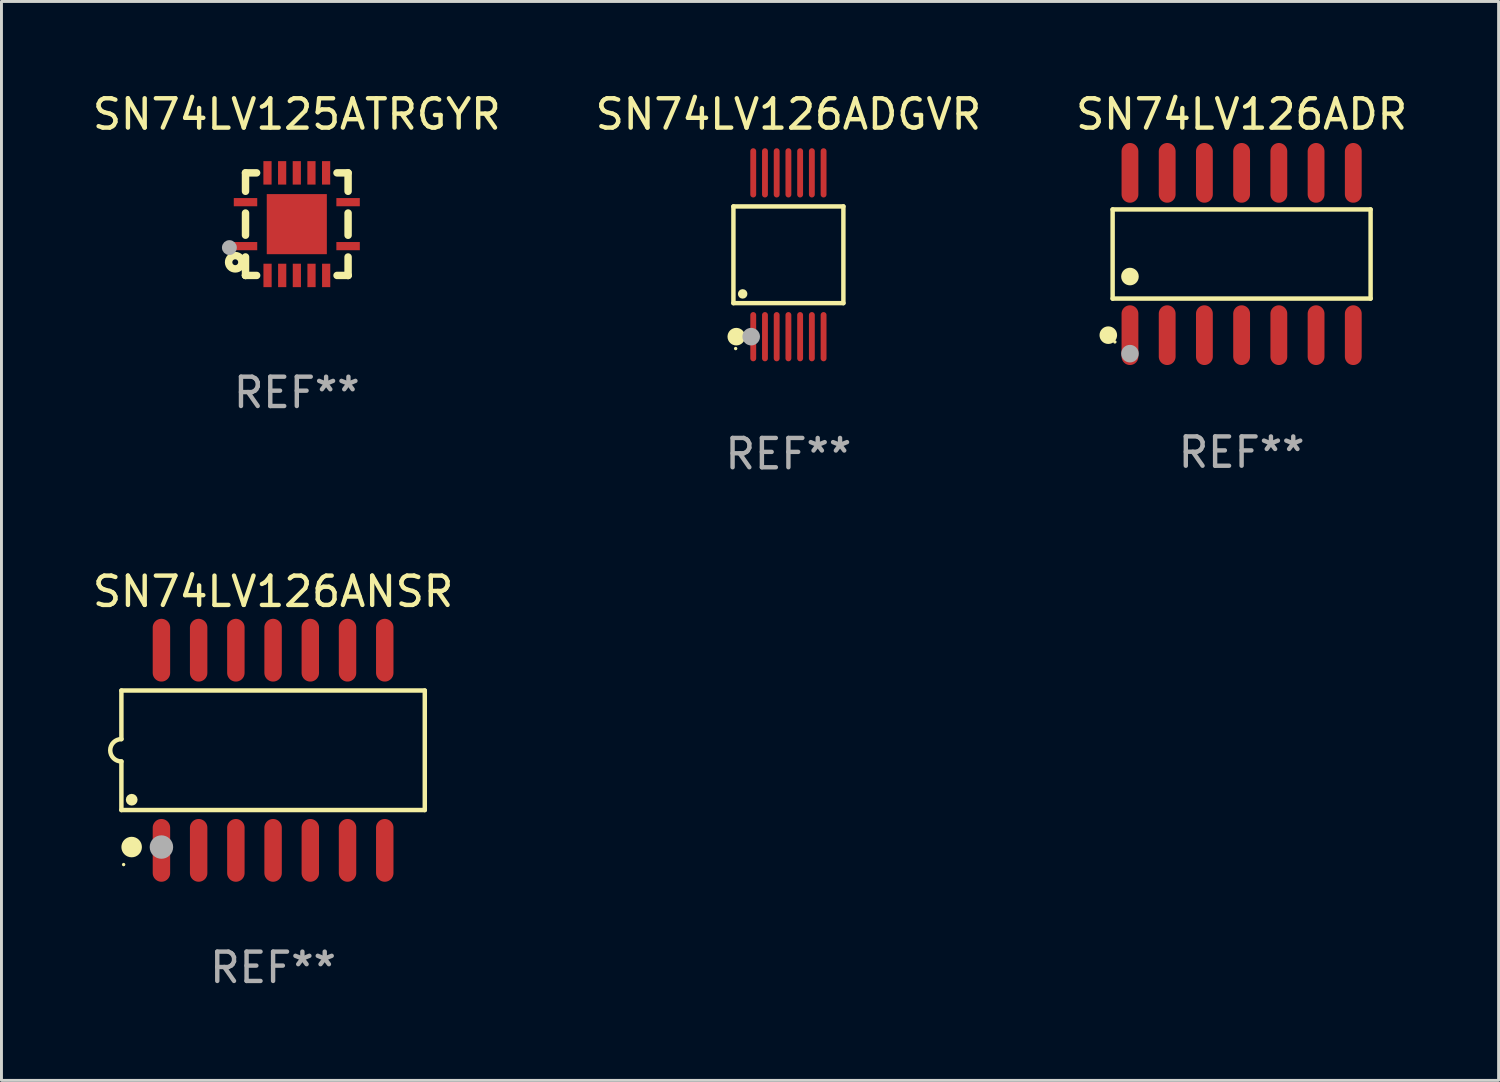
<source format=kicad_pcb>
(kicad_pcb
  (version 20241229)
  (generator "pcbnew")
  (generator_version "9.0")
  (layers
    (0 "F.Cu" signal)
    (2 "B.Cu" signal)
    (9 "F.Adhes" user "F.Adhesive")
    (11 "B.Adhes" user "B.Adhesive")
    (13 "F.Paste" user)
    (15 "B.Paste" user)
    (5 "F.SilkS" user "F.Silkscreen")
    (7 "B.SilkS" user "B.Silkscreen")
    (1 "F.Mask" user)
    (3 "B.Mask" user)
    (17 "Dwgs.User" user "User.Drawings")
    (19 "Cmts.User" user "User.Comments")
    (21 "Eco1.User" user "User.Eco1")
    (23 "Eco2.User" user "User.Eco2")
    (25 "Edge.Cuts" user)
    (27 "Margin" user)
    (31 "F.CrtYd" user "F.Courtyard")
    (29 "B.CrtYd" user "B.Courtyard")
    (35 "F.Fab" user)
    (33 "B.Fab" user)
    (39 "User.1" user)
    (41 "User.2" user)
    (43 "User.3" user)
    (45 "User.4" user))
  (footprint "SN74LV126ANSR"
    (layer "F.Cu")
    (at 6.268 22.55)
    (property "Reference" "SN74LV126ANSR" (at 0 -5.415 0) (layer "F.SilkS") (effects (font (size 1 1) (thickness 0.15))))
    (attr through_hole)
    (fp_line (start -5.176 -2.039) (end 5.176 -2.039) (stroke (width 0.152) (type solid)) (layer "F.SilkS"))
    (fp_line (start -5.176 -0.381) (end -5.176 -2.039) (stroke (width 0.152) (type solid)) (layer "F.SilkS"))
    (fp_line (start -5.176 0.381) (end -5.176 2.039) (stroke (width 0.152) (type solid)) (layer "F.SilkS"))
    (fp_line (start 5.176 -2.039) (end 5.176 2.039) (stroke (width 0.152) (type solid)) (layer "F.SilkS"))
    (fp_line (start 5.176 2.039) (end -5.176 2.039) (stroke (width 0.152) (type solid)) (layer "F.SilkS"))
    (fp_arc (start -5.1762 0.381001) (mid -5.557201 0) (end -5.1762 -0.381001) (stroke (width 0.151994) (type solid)) (layer "F.SilkS"))
    (fp_circle (center -5.1 3.9) (end -5.07 3.9) (stroke (width 0.06) (type solid)) (fill no) (layer "F.SilkS"))
    (fp_circle (center -4.826 3.302) (end -4.651 3.302) (stroke (width 0.35) (type solid)) (fill no) (layer "F.SilkS"))
    (fp_circle (center -4.824 1.687) (end -4.724 1.687) (stroke (width 0.2) (type solid)) (fill no) (layer "F.SilkS"))
    (fp_circle (center -3.81 3.302) (end -3.61 3.302) (stroke (width 0.4) (type solid)) (fill no) (layer "F.Fab"))
    (fp_text user "REF**" (at 0 7.415 0) (layer "F.Fab") (effects (font (size 1 1) (thickness 0.15))))
    (pad "1" smd oval (at -3.81 3.415) (size 0.595 2.142) (layers "F.Cu" "F.Mask" "F.Paste"))
    (pad "2" smd oval (at -2.54 3.415) (size 0.595 2.142) (layers "F.Cu" "F.Mask" "F.Paste"))
    (pad "3" smd oval (at -1.27 3.415) (size 0.595 2.142) (layers "F.Cu" "F.Mask" "F.Paste"))
    (pad "4" smd oval (at 0 3.415) (size 0.595 2.142) (layers "F.Cu" "F.Mask" "F.Paste"))
    (pad "5" smd oval (at 1.27 3.415) (size 0.595 2.142) (layers "F.Cu" "F.Mask" "F.Paste"))
    (pad "6" smd oval (at 2.54 3.415) (size 0.595 2.142) (layers "F.Cu" "F.Mask" "F.Paste"))
    (pad "7" smd oval (at 3.81 3.415) (size 0.595 2.142) (layers "F.Cu" "F.Mask" "F.Paste"))
    (pad "8" smd oval (at 3.81 -3.415) (size 0.595 2.142) (layers "F.Cu" "F.Mask" "F.Paste"))
    (pad "9" smd oval (at 2.54 -3.415) (size 0.595 2.142) (layers "F.Cu" "F.Mask" "F.Paste"))
    (pad "10" smd oval (at 1.27 -3.415) (size 0.595 2.142) (layers "F.Cu" "F.Mask" "F.Paste"))
    (pad "11" smd oval (at 0 -3.415) (size 0.595 2.142) (layers "F.Cu" "F.Mask" "F.Paste"))
    (pad "12" smd oval (at -1.27 -3.415) (size 0.595 2.142) (layers "F.Cu" "F.Mask" "F.Paste"))
    (pad "13" smd oval (at -2.54 -3.415) (size 0.595 2.142) (layers "F.Cu" "F.Mask" "F.Paste"))
    (pad "14" smd oval (at -3.81 -3.415) (size 0.595 2.142) (layers "F.Cu" "F.Mask" "F.Paste")))
  (footprint "SN74LV126ADR"
    (layer "F.Cu")
    (at 39.315 5.617)
    (property "Reference" "SN74LV126ADR" (at 0 -4.769 0) (layer "F.SilkS") (effects (font (size 1 1) (thickness 0.15))))
    (attr through_hole)
    (fp_line (start -4.401 -1.521) (end 4.401 -1.521) (stroke (width 0.152) (type solid)) (layer "F.SilkS"))
    (fp_line (start -4.401 1.521) (end -4.401 -1.521) (stroke (width 0.152) (type solid)) (layer "F.SilkS"))
    (fp_line (start 4.401 -1.521) (end 4.401 1.521) (stroke (width 0.152) (type solid)) (layer "F.SilkS"))
    (fp_line (start 4.401 1.521) (end -4.401 1.521) (stroke (width 0.152) (type solid)) (layer "F.SilkS"))
    (fp_circle (center -4.549 2.769) (end -4.399 2.769) (stroke (width 0.3) (type solid)) (fill no) (layer "F.SilkS"))
    (fp_circle (center -4.325 3) (end -4.295 3) (stroke (width 0.06) (type solid)) (fill no) (layer "F.SilkS"))
    (fp_circle (center -3.81 0.769) (end -3.66 0.769) (stroke (width 0.3) (type solid)) (fill no) (layer "F.SilkS"))
    (fp_circle (center -3.81 3.4) (end -3.66 3.4) (stroke (width 0.3) (type solid)) (fill no) (layer "F.Fab"))
    (fp_text user "REF**" (at 0 6.769 0) (layer "F.Fab") (effects (font (size 1 1) (thickness 0.15))))
    (pad "1" smd oval (at -3.81 2.769) (size 0.574 2.038) (layers "F.Cu" "F.Mask" "F.Paste"))
    (pad "2" smd oval (at -2.54 2.769) (size 0.574 2.038) (layers "F.Cu" "F.Mask" "F.Paste"))
    (pad "3" smd oval (at -1.27 2.769) (size 0.574 2.038) (layers "F.Cu" "F.Mask" "F.Paste"))
    (pad "4" smd oval (at 0 2.769) (size 0.574 2.038) (layers "F.Cu" "F.Mask" "F.Paste"))
    (pad "5" smd oval (at 1.27 2.769) (size 0.574 2.038) (layers "F.Cu" "F.Mask" "F.Paste"))
    (pad "6" smd oval (at 2.54 2.769) (size 0.574 2.038) (layers "F.Cu" "F.Mask" "F.Paste"))
    (pad "7" smd oval (at 3.81 2.769) (size 0.574 2.038) (layers "F.Cu" "F.Mask" "F.Paste"))
    (pad "8" smd oval (at 3.81 -2.769) (size 0.574 2.038) (layers "F.Cu" "F.Mask" "F.Paste"))
    (pad "9" smd oval (at 2.54 -2.769) (size 0.574 2.038) (layers "F.Cu" "F.Mask" "F.Paste"))
    (pad "10" smd oval (at 1.27 -2.769) (size 0.574 2.038) (layers "F.Cu" "F.Mask" "F.Paste"))
    (pad "11" smd oval (at 0 -2.769) (size 0.574 2.038) (layers "F.Cu" "F.Mask" "F.Paste"))
    (pad "12" smd oval (at -1.27 -2.769) (size 0.574 2.038) (layers "F.Cu" "F.Mask" "F.Paste"))
    (pad "13" smd oval (at -2.54 -2.769) (size 0.574 2.038) (layers "F.Cu" "F.Mask" "F.Paste"))
    (pad "14" smd oval (at -3.81 -2.769) (size 0.574 2.038) (layers "F.Cu" "F.Mask" "F.Paste")))
  (footprint "SN74LV126ADGVR"
    (layer "F.Cu")
    (at 23.851 5.643)
    (property "Reference" "SN74LV126ADGVR" (at 0 -4.795 0) (layer "F.SilkS") (effects (font (size 1 1) (thickness 0.15))))
    (attr through_hole)
    (fp_line (start -1.876 -1.65) (end 1.876 -1.65) (stroke (width 0.152) (type solid)) (layer "F.SilkS"))
    (fp_line (start -1.876 1.65) (end -1.876 -1.65) (stroke (width 0.152) (type solid)) (layer "F.SilkS"))
    (fp_line (start 1.876 -1.65) (end 1.876 1.65) (stroke (width 0.152) (type solid)) (layer "F.SilkS"))
    (fp_line (start 1.876 1.65) (end -1.876 1.65) (stroke (width 0.152) (type solid)) (layer "F.SilkS"))
    (fp_circle (center -1.8 3.2) (end -1.77 3.2) (stroke (width 0.06) (type solid)) (fill no) (layer "F.SilkS"))
    (fp_circle (center -1.778 2.794) (end -1.628 2.794) (stroke (width 0.3) (type solid)) (fill no) (layer "F.SilkS"))
    (fp_circle (center -1.561 1.335) (end -1.48 1.335) (stroke (width 0.162) (type solid)) (fill no) (layer "F.SilkS"))
    (fp_circle (center -1.27 2.794) (end -1.12 2.794) (stroke (width 0.3) (type solid)) (fill no) (layer "F.Fab"))
    (fp_text user "REF**" (at 0 6.795 0) (layer "F.Fab") (effects (font (size 1 1) (thickness 0.15))))
    (pad "1" smd oval (at -1.2 2.795) (size 0.2 1.68) (layers "F.Cu" "F.Mask" "F.Paste"))
    (pad "2" smd oval (at -0.8 2.795) (size 0.2 1.68) (layers "F.Cu" "F.Mask" "F.Paste"))
    (pad "3" smd oval (at -0.4 2.795) (size 0.2 1.68) (layers "F.Cu" "F.Mask" "F.Paste"))
    (pad "4" smd oval (at 0 2.795) (size 0.2 1.68) (layers "F.Cu" "F.Mask" "F.Paste"))
    (pad "5" smd oval (at 0.4 2.795) (size 0.2 1.68) (layers "F.Cu" "F.Mask" "F.Paste"))
    (pad "6" smd oval (at 0.8 2.795) (size 0.2 1.68) (layers "F.Cu" "F.Mask" "F.Paste"))
    (pad "7" smd oval (at 1.2 2.795) (size 0.2 1.68) (layers "F.Cu" "F.Mask" "F.Paste"))
    (pad "8" smd oval (at 1.2 -2.795) (size 0.2 1.68) (layers "F.Cu" "F.Mask" "F.Paste"))
    (pad "9" smd oval (at 0.8 -2.795) (size 0.2 1.68) (layers "F.Cu" "F.Mask" "F.Paste"))
    (pad "10" smd oval (at 0.4 -2.795) (size 0.2 1.68) (layers "F.Cu" "F.Mask" "F.Paste"))
    (pad "11" smd oval (at 0 -2.795) (size 0.2 1.68) (layers "F.Cu" "F.Mask" "F.Paste"))
    (pad "12" smd oval (at -0.4 -2.795) (size 0.2 1.68) (layers "F.Cu" "F.Mask" "F.Paste"))
    (pad "13" smd oval (at -0.8 -2.795) (size 0.2 1.68) (layers "F.Cu" "F.Mask" "F.Paste"))
    (pad "14" smd oval (at -1.2 -2.795) (size 0.2 1.68) (layers "F.Cu" "F.Mask" "F.Paste")))
  (footprint "SN74LV125ATRGYR"
    (layer "F.Cu")
    (at 7.077 4.598)
    (property "Reference" "SN74LV125ATRGYR" (at 0 -3.75 0) (layer "F.SilkS") (effects (font (size 1 1) (thickness 0.15))))
    (attr through_hole)
    (fp_line (start -1.75 1.75) (end -1.37 1.75) (stroke (width 0.254) (type solid)) (layer "F.SilkS"))
    (fp_line (start -1.75 -1.75) (end -1.75 -1.121) (stroke (width 0.254) (type solid)) (layer "F.SilkS"))
    (fp_line (start -1.75 -0.379) (end -1.75 0.377) (stroke (width 0.254) (type solid)) (layer "F.SilkS"))
    (fp_line (start -1.75 1.119) (end -1.75 1.75) (stroke (width 0.254) (type solid)) (layer "F.SilkS"))
    (fp_line (start -1.75 1.75) (end -1.75 1.75) (stroke (width 0.254) (type solid)) (layer "F.SilkS"))
    (fp_line (start -1.371 -1.75) (end -1.75 -1.75) (stroke (width 0.254) (type solid)) (layer "F.SilkS"))
    (fp_line (start 1.373 1.75) (end 1.75 1.75) (stroke (width 0.254) (type solid)) (layer "F.SilkS"))
    (fp_line (start 1.75 1.75) (end 1.75 1.75) (stroke (width 0.254) (type solid)) (layer "F.SilkS"))
    (fp_line (start 1.75 -1.75) (end 1.371 -1.75) (stroke (width 0.254) (type solid)) (layer "F.SilkS"))
    (fp_line (start 1.75 -1.121) (end 1.75 -1.75) (stroke (width 0.254) (type solid)) (layer "F.SilkS"))
    (fp_line (start 1.75 0.379) (end 1.75 -0.379) (stroke (width 0.254) (type solid)) (layer "F.SilkS"))
    (fp_line (start 1.75 1.75) (end 1.75 1.121) (stroke (width 0.254) (type solid)) (layer "F.SilkS"))
    (fp_circle (center -2.1 1.3) (end -2 1.3) (stroke (width 0.254) (type solid)) (fill no) (layer "F.SilkS"))
    (fp_circle (center -1.747 1.751) (end -1.717 1.751) (stroke (width 0.06) (type solid)) (fill no) (layer "F.SilkS"))
    (fp_circle (center -2.3 0.8) (end -2.173 0.8) (stroke (width 0.254) (type solid)) (fill no) (layer "F.Fab"))
    (fp_text user "REF**" (at 0 5.75 0) (layer "F.Fab") (effects (font (size 1 1) (thickness 0.15))))
    (pad "1" smd rect (at -1.75 0.75 270) (size 0.28 0.8) (layers "F.Cu" "F.Mask" "F.Paste"))
    (pad "2" smd rect (at -0.998 1.75 180) (size 0.28 0.8) (layers "F.Cu" "F.Mask" "F.Paste"))
    (pad "3" smd rect (at -0.498 1.75 180) (size 0.28 0.8) (layers "F.Cu" "F.Mask" "F.Paste"))
    (pad "4" smd rect (at 0.002 1.75 180) (size 0.28 0.8) (layers "F.Cu" "F.Mask" "F.Paste"))
    (pad "5" smd rect (at 0.502 1.75 180) (size 0.28 0.8) (layers "F.Cu" "F.Mask" "F.Paste"))
    (pad "6" smd rect (at 1.002 1.75 180) (size 0.28 0.8) (layers "F.Cu" "F.Mask" "F.Paste"))
    (pad "7" smd rect (at 1.75 0.75 270) (size 0.28 0.8) (layers "F.Cu" "F.Mask" "F.Paste"))
    (pad "8" smd rect (at 1.75 -0.75 270) (size 0.28 0.8) (layers "F.Cu" "F.Mask" "F.Paste"))
    (pad "9" smd rect (at 1 -1.75) (size 0.28 0.8) (layers "F.Cu" "F.Mask" "F.Paste"))
    (pad "10" smd rect (at 0.5 -1.75) (size 0.28 0.8) (layers "F.Cu" "F.Mask" "F.Paste"))
    (pad "11" smd rect (at 0 -1.75) (size 0.28 0.8) (layers "F.Cu" "F.Mask" "F.Paste"))
    (pad "12" smd rect (at -0.5 -1.75) (size 0.28 0.8) (layers "F.Cu" "F.Mask" "F.Paste"))
    (pad "13" smd rect (at -1 -1.75) (size 0.28 0.8) (layers "F.Cu" "F.Mask" "F.Paste"))
    (pad "14" smd rect (at -1.75 -0.75 90) (size 0.28 0.8) (layers "F.Cu" "F.Mask" "F.Paste"))
    (pad "15" smd rect (at 0 0 180) (size 2.05 2.05) (layers "F.Cu" "F.Mask" "F.Paste")))
  (gr_rect
    (start -3 -3)
    (end 48.083 33.813)
    (stroke (width 0.1) (type default))
    (fill no)
    (layer "Edge.Cuts")))
</source>
